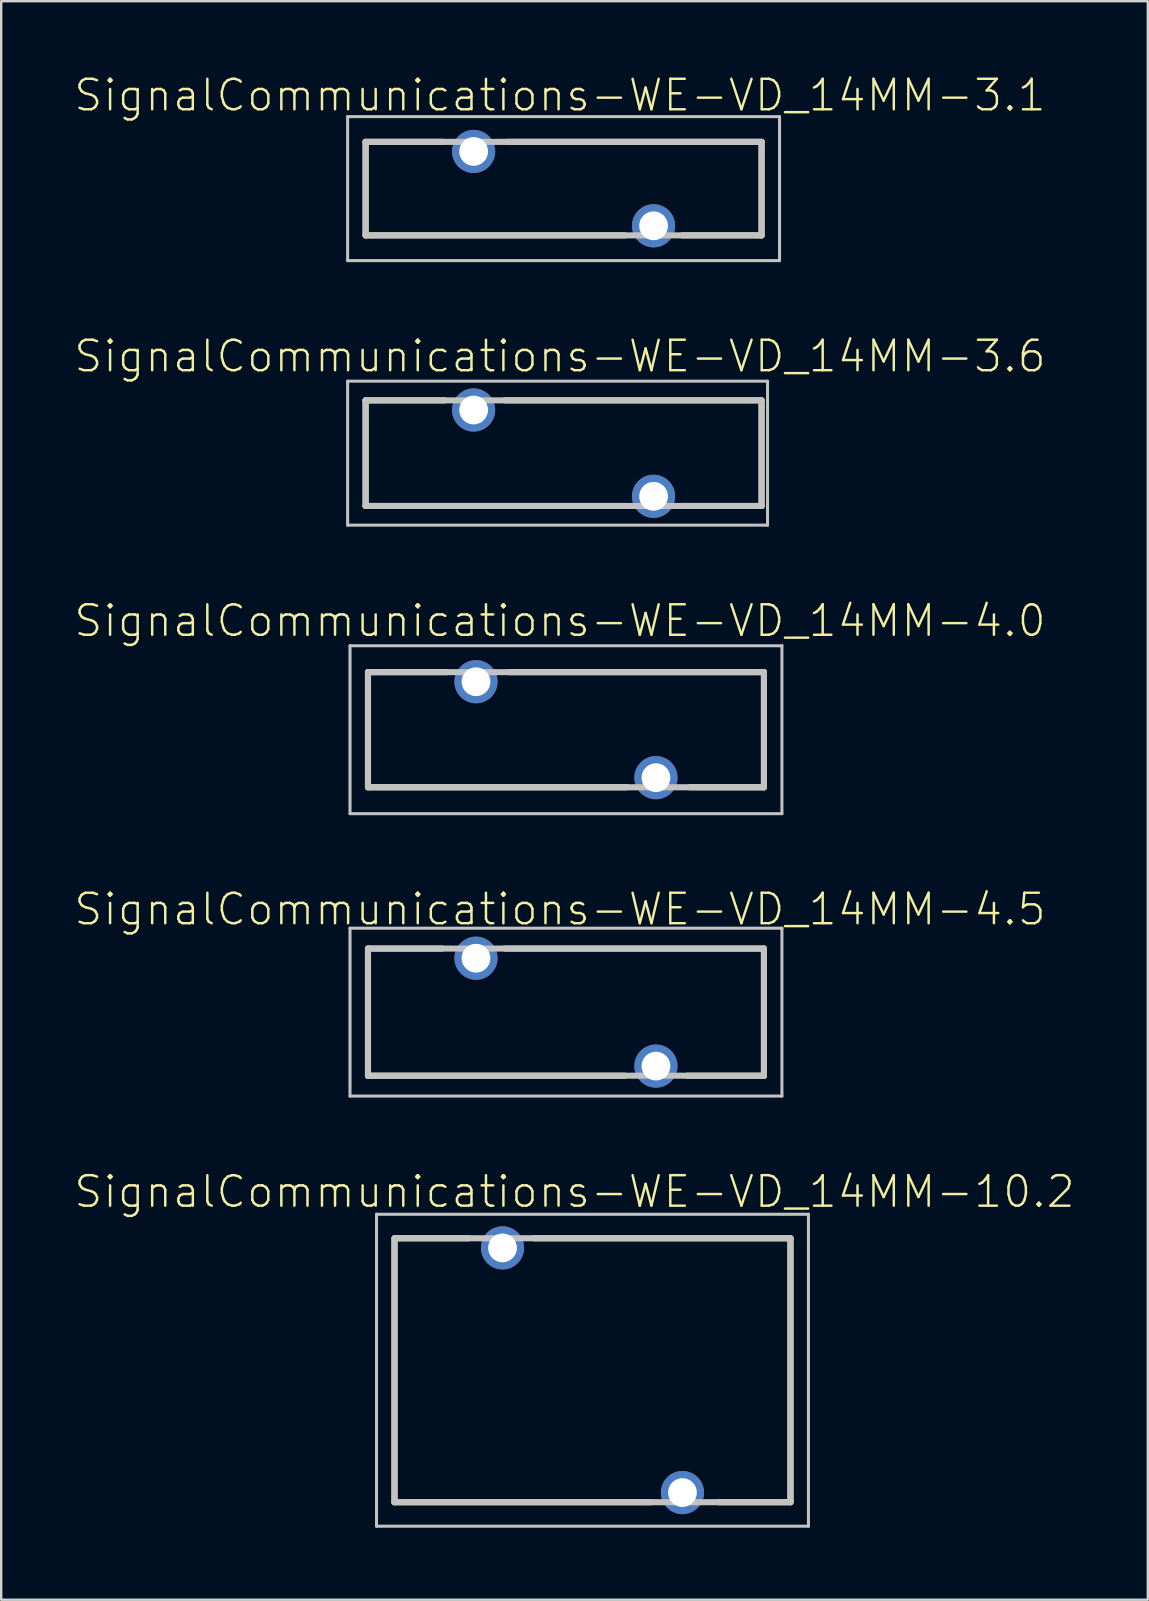
<source format=kicad_pcb>
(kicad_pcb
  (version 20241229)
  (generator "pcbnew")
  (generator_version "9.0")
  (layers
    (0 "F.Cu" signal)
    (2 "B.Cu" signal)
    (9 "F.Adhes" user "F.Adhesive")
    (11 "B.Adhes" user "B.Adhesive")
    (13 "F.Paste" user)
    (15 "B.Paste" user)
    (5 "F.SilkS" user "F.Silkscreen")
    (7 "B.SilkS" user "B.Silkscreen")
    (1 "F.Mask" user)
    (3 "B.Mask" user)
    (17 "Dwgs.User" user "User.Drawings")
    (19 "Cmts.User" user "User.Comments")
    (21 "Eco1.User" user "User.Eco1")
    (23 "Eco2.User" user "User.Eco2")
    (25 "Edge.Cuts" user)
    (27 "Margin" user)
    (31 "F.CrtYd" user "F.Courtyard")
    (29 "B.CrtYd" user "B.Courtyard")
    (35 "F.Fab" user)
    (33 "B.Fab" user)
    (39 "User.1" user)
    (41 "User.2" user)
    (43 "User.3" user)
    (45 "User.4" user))
  (footprint "SignalCommunications-WE-VD_14MM-4.5"
    (layer "F.Cu")
    (at 20.534 39.126)
    (property "Reference" "SignalCommunications-WE-VD_14MM-4.5" (at -0.249 -4.288 0) (layer "F.SilkS") (effects (font (size 1.27 1.27) (thickness 0.102))))
    (attr exclude_from_pos_files exclude_from_bom)
    (fp_line (start -8.25 -2.649) (end -5.149 -2.649) (stroke (width 0.254) (type solid)) (layer "F.SilkS"))
    (fp_line (start -8.25 2.649) (end -8.25 -2.649) (stroke (width 0.254) (type solid)) (layer "F.SilkS"))
    (fp_line (start -2.548 -2.649) (end 8.25 -2.649) (stroke (width 0.254) (type solid)) (layer "F.SilkS"))
    (fp_line (start 2.449 2.649) (end -8.25 2.649) (stroke (width 0.254) (type solid)) (layer "F.SilkS"))
    (fp_line (start 8.25 -2.649) (end 8.25 2.649) (stroke (width 0.254) (type solid)) (layer "F.SilkS"))
    (fp_line (start 8.25 2.649) (end 5.05 2.649) (stroke (width 0.254) (type solid)) (layer "F.SilkS"))
    (fp_line (start -8.999 -3.498) (end 8.999 -3.498) (stroke (width 0.127) (type solid)) (layer "Dwgs.User"))
    (fp_line (start -8.999 3.498) (end -8.999 -3.498) (stroke (width 0.127) (type solid)) (layer "Dwgs.User"))
    (fp_line (start -8.25 -2.649) (end 8.25 -2.649) (stroke (width 0.254) (type solid)) (layer "Dwgs.User"))
    (fp_line (start -8.25 2.649) (end -8.25 -2.548) (stroke (width 0.254) (type solid)) (layer "Dwgs.User"))
    (fp_line (start 8.25 -2.649) (end 8.25 2.649) (stroke (width 0.254) (type solid)) (layer "Dwgs.User"))
    (fp_line (start 8.25 2.649) (end -8.25 2.649) (stroke (width 0.254) (type solid)) (layer "Dwgs.User"))
    (fp_line (start 8.999 -3.498) (end 8.999 3.498) (stroke (width 0.127) (type solid)) (layer "Dwgs.User"))
    (fp_line (start 8.999 3.498) (end -8.999 3.498) (stroke (width 0.127) (type solid)) (layer "Dwgs.User"))
    (pad "1" thru_hole circle (at -3.749 -2.248) (size 1.798 1.798) (drill 1.199) (layers "*.Cu" "*.Paste" "*.Mask"))
    (pad "2" thru_hole circle (at 3.749 2.248) (size 1.798 1.798) (drill 1.199) (layers "*.Cu" "*.Paste" "*.Mask")))
  (footprint "SignalCommunications-WE-VD_14MM-10.2"
    (layer "F.Cu")
    (at 21.639 54.048)
    (property "Reference" "SignalCommunications-WE-VD_14MM-10.2" (at -0.749 -7.44 0) (layer "F.SilkS") (effects (font (size 1.27 1.27) (thickness 0.102))))
    (attr exclude_from_pos_files exclude_from_bom)
    (fp_line (start -8.25 -5.499) (end -8.25 5.499) (stroke (width 0.254) (type solid)) (layer "F.SilkS"))
    (fp_line (start -8.25 5.499) (end 2.449 5.499) (stroke (width 0.254) (type solid)) (layer "F.SilkS"))
    (fp_line (start -5.149 -5.499) (end -8.25 -5.499) (stroke (width 0.254) (type solid)) (layer "F.SilkS"))
    (fp_line (start 5.248 5.499) (end 8.25 5.499) (stroke (width 0.254) (type solid)) (layer "F.SilkS"))
    (fp_line (start 8.25 -5.499) (end -2.449 -5.499) (stroke (width 0.254) (type solid)) (layer "F.SilkS"))
    (fp_line (start 8.25 5.499) (end 8.25 -5.499) (stroke (width 0.254) (type solid)) (layer "F.SilkS"))
    (fp_line (start -8.999 -6.5) (end 8.999 -6.5) (stroke (width 0.127) (type solid)) (layer "Dwgs.User"))
    (fp_line (start -8.999 6.5) (end -8.999 -6.5) (stroke (width 0.127) (type solid)) (layer "Dwgs.User"))
    (fp_line (start -8.25 -5.499) (end 8.25 -5.499) (stroke (width 0.254) (type solid)) (layer "Dwgs.User"))
    (fp_line (start -8.25 5.499) (end -8.25 -5.397) (stroke (width 0.254) (type solid)) (layer "Dwgs.User"))
    (fp_line (start 8.25 -5.499) (end 8.25 5.499) (stroke (width 0.254) (type solid)) (layer "Dwgs.User"))
    (fp_line (start 8.25 5.499) (end -8.25 5.499) (stroke (width 0.254) (type solid)) (layer "Dwgs.User"))
    (fp_line (start 8.999 -6.5) (end 8.999 6.5) (stroke (width 0.127) (type solid)) (layer "Dwgs.User"))
    (fp_line (start 8.999 6.5) (end -8.999 6.5) (stroke (width 0.127) (type solid)) (layer "Dwgs.User"))
    (pad "1" thru_hole circle (at -3.749 -5.098) (size 1.798 1.798) (drill 1.199) (layers "*.Cu" "*.Paste" "*.Mask"))
    (pad "2" thru_hole circle (at 3.749 5.098) (size 1.798 1.798) (drill 1.199) (layers "*.Cu" "*.Paste" "*.Mask")))
  (footprint "SignalCommunications-WE-VD_14MM-3.1"
    (layer "F.Cu")
    (at 20.435 4.81)
    (property "Reference" "SignalCommunications-WE-VD_14MM-3.1" (at -0.15 -3.889 0) (layer "F.SilkS") (effects (font (size 1.27 1.27) (thickness 0.102))))
    (attr exclude_from_pos_files exclude_from_bom)
    (fp_line (start -8.25 -1.948) (end -5.05 -1.948) (stroke (width 0.254) (type solid)) (layer "F.SilkS"))
    (fp_line (start -8.25 1.948) (end -8.25 -1.948) (stroke (width 0.254) (type solid)) (layer "F.SilkS"))
    (fp_line (start -2.349 -1.948) (end 8.25 -1.948) (stroke (width 0.254) (type solid)) (layer "F.SilkS"))
    (fp_line (start 2.548 1.948) (end -8.25 1.948) (stroke (width 0.254) (type solid)) (layer "F.SilkS"))
    (fp_line (start 8.25 -1.948) (end 8.25 1.948) (stroke (width 0.254) (type solid)) (layer "F.SilkS"))
    (fp_line (start 8.25 1.948) (end 4.948 1.948) (stroke (width 0.254) (type solid)) (layer "F.SilkS"))
    (fp_line (start -8.999 -3) (end 8.999 -3) (stroke (width 0.127) (type solid)) (layer "Dwgs.User"))
    (fp_line (start -8.999 3) (end -8.999 -3) (stroke (width 0.127) (type solid)) (layer "Dwgs.User"))
    (fp_line (start -8.25 -1.948) (end -8.25 1.948) (stroke (width 0.254) (type solid)) (layer "Dwgs.User"))
    (fp_line (start -8.25 1.948) (end 8.25 1.948) (stroke (width 0.254) (type solid)) (layer "Dwgs.User"))
    (fp_line (start 8.25 -1.948) (end -8.25 -1.948) (stroke (width 0.254) (type solid)) (layer "Dwgs.User"))
    (fp_line (start 8.25 1.948) (end 8.25 -1.948) (stroke (width 0.254) (type solid)) (layer "Dwgs.User"))
    (fp_line (start 8.999 -3) (end 8.999 3) (stroke (width 0.127) (type solid)) (layer "Dwgs.User"))
    (fp_line (start 8.999 3) (end -8.999 3) (stroke (width 0.127) (type solid)) (layer "Dwgs.User"))
    (pad "1" thru_hole circle (at -3.749 -1.549) (size 1.798 1.798) (drill 1.199) (layers "*.Cu" "*.Paste" "*.Mask"))
    (pad "2" thru_hole circle (at 3.749 1.549) (size 1.798 1.798) (drill 1.199) (layers "*.Cu" "*.Paste" "*.Mask")))
  (footprint "SignalCommunications-WE-VD_14MM-4.0"
    (layer "F.Cu")
    (at 20.534 27.357)
    (property "Reference" "SignalCommunications-WE-VD_14MM-4.0" (at -0.249 -4.539 0) (layer "F.SilkS") (effects (font (size 1.27 1.27) (thickness 0.102))))
    (attr exclude_from_pos_files exclude_from_bom)
    (fp_line (start -8.25 -2.398) (end -4.948 -2.398) (stroke (width 0.254) (type solid)) (layer "F.SilkS"))
    (fp_line (start -8.25 2.398) (end -8.25 -2.398) (stroke (width 0.254) (type solid)) (layer "F.SilkS"))
    (fp_line (start -2.349 -2.398) (end 8.25 -2.398) (stroke (width 0.254) (type solid)) (layer "F.SilkS"))
    (fp_line (start 2.548 2.398) (end -8.25 2.398) (stroke (width 0.254) (type solid)) (layer "F.SilkS"))
    (fp_line (start 8.25 -2.398) (end 8.25 2.398) (stroke (width 0.254) (type solid)) (layer "F.SilkS"))
    (fp_line (start 8.25 2.398) (end 5.149 2.398) (stroke (width 0.254) (type solid)) (layer "F.SilkS"))
    (fp_line (start -8.999 -3.498) (end 8.999 -3.498) (stroke (width 0.127) (type solid)) (layer "Dwgs.User"))
    (fp_line (start -8.999 3.498) (end -8.999 -3.498) (stroke (width 0.127) (type solid)) (layer "Dwgs.User"))
    (fp_line (start -8.25 -2.398) (end 8.25 -2.398) (stroke (width 0.254) (type solid)) (layer "Dwgs.User"))
    (fp_line (start -8.25 2.398) (end -8.25 -2.398) (stroke (width 0.254) (type solid)) (layer "Dwgs.User"))
    (fp_line (start 8.25 -2.398) (end 8.25 2.398) (stroke (width 0.254) (type solid)) (layer "Dwgs.User"))
    (fp_line (start 8.25 2.398) (end -8.25 2.398) (stroke (width 0.254) (type solid)) (layer "Dwgs.User"))
    (fp_line (start 8.999 -3.498) (end 8.999 3.498) (stroke (width 0.127) (type solid)) (layer "Dwgs.User"))
    (fp_line (start 8.999 3.498) (end -8.999 3.498) (stroke (width 0.127) (type solid)) (layer "Dwgs.User"))
    (pad "1" thru_hole circle (at -3.749 -1.999) (size 1.798 1.798) (drill 1.199) (layers "*.Cu" "*.Paste" "*.Mask"))
    (pad "2" thru_hole circle (at 3.749 1.999) (size 1.798 1.798) (drill 1.199) (layers "*.Cu" "*.Paste" "*.Mask")))
  (footprint "SignalCommunications-WE-VD_14MM-3.6"
    (layer "F.Cu")
    (at 20.435 15.833)
    (property "Reference" "SignalCommunications-WE-VD_14MM-3.6" (at -0.15 -4.039 0) (layer "F.SilkS") (effects (font (size 1.27 1.27) (thickness 0.102))))
    (attr exclude_from_pos_files exclude_from_bom)
    (fp_line (start -8.25 -2.2) (end -8.25 2.2) (stroke (width 0.254) (type solid)) (layer "F.SilkS"))
    (fp_line (start -8.25 2.2) (end 2.548 2.2) (stroke (width 0.254) (type solid)) (layer "F.SilkS"))
    (fp_line (start -4.948 -2.2) (end -8.25 -2.2) (stroke (width 0.254) (type solid)) (layer "F.SilkS"))
    (fp_line (start 4.948 2.2) (end 8.25 2.2) (stroke (width 0.254) (type solid)) (layer "F.SilkS"))
    (fp_line (start 8.25 -2.2) (end -2.449 -2.2) (stroke (width 0.254) (type solid)) (layer "F.SilkS"))
    (fp_line (start 8.25 2.2) (end 8.25 -2.2) (stroke (width 0.254) (type solid)) (layer "F.SilkS"))
    (fp_line (start -8.999 -3) (end 8.499 -3) (stroke (width 0.127) (type solid)) (layer "Dwgs.User"))
    (fp_line (start -8.999 3) (end -8.999 -3) (stroke (width 0.127) (type solid)) (layer "Dwgs.User"))
    (fp_line (start -8.25 -2.2) (end 8.25 -2.2) (stroke (width 0.254) (type solid)) (layer "Dwgs.User"))
    (fp_line (start -8.25 2.2) (end -8.25 -2.2) (stroke (width 0.254) (type solid)) (layer "Dwgs.User"))
    (fp_line (start 8.25 -2.2) (end 8.25 2.2) (stroke (width 0.254) (type solid)) (layer "Dwgs.User"))
    (fp_line (start 8.25 2.2) (end -8.25 2.2) (stroke (width 0.254) (type solid)) (layer "Dwgs.User"))
    (fp_line (start 8.499 -3) (end 8.499 3) (stroke (width 0.127) (type solid)) (layer "Dwgs.User"))
    (fp_line (start 8.499 3) (end -8.999 3) (stroke (width 0.127) (type solid)) (layer "Dwgs.User"))
    (pad "1" thru_hole circle (at -3.749 -1.798) (size 1.798 1.798) (drill 1.199) (layers "*.Cu" "*.Paste" "*.Mask"))
    (pad "2" thru_hole circle (at 3.749 1.798) (size 1.798 1.798) (drill 1.199) (layers "*.Cu" "*.Paste" "*.Mask")))
  (gr_rect
    (start -3 -3)
    (end 44.779 63.612)
    (stroke (width 0.1) (type default))
    (fill no)
    (layer "Edge.Cuts")))
</source>
